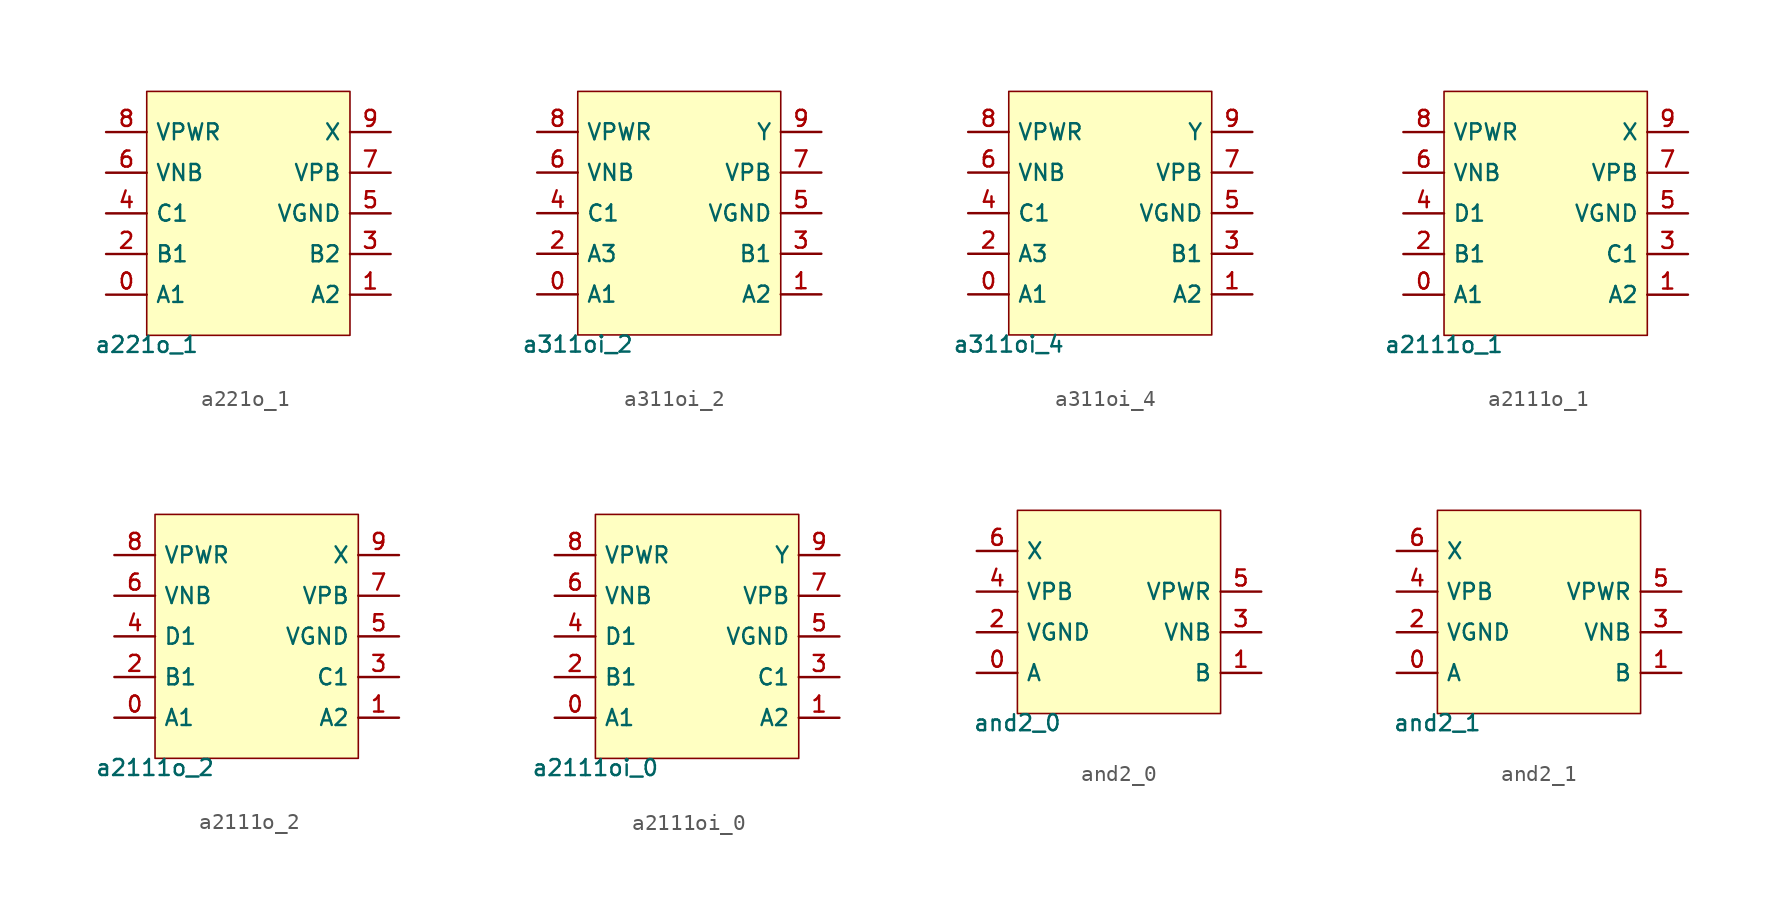
<source format=kicad_sym>
(kicad_symbol_lib
  (version 20211014)
  (generator pdk2kicad)
  (symbol "a221o_1"
    (property "Reference" "X"
      (at 0 0 0)
      (effects (font (size 1 1)) hide))
    (property "Value" "a221o_1"
      (at -6.35 -7.62 0)
      (effects (font (size 1 1)) (justify top)))
    (rectangle
      (start -6.35 -7.62)
      (end 6.35 7.62)
      (stroke (width 0.1) (type solid) (color 0 0 0 0))
      (fill (type background)))
    (pin bidirectional line
      (at -8.89 -5.08 0)
      (length 2.54)
      (name "A1" (effects (font (size 1 1)) hide))
      (number "0" (effects (font (size 1 1)) hide)))
    (pin bidirectional line
      (at 8.89 -5.08 180)
      (length 2.54)
      (name "A2" (effects (font (size 1 1)) hide))
      (number "1" (effects (font (size 1 1)) hide)))
    (pin bidirectional line
      (at -8.89 -2.54 0)
      (length 2.54)
      (name "B1" (effects (font (size 1 1)) hide))
      (number "2" (effects (font (size 1 1)) hide)))
    (pin bidirectional line
      (at 8.89 -2.54 180)
      (length 2.54)
      (name "B2" (effects (font (size 1 1)) hide))
      (number "3" (effects (font (size 1 1)) hide)))
    (pin bidirectional line
      (at -8.89 8.881784197001252e-16 0)
      (length 2.54)
      (name "C1" (effects (font (size 1 1)) hide))
      (number "4" (effects (font (size 1 1)) hide)))
    (pin bidirectional line
      (at 8.89 8.881784197001252e-16 180)
      (length 2.54)
      (name "VGND" (effects (font (size 1 1)) hide))
      (number "5" (effects (font (size 1 1)) hide)))
    (pin bidirectional line
      (at -8.89 2.54 0)
      (length 2.54)
      (name "VNB" (effects (font (size 1 1)) hide))
      (number "6" (effects (font (size 1 1)) hide)))
    (pin bidirectional line
      (at 8.89 2.54 180)
      (length 2.54)
      (name "VPB" (effects (font (size 1 1)) hide))
      (number "7" (effects (font (size 1 1)) hide)))
    (pin bidirectional line
      (at -8.89 5.08 0)
      (length 2.54)
      (name "VPWR" (effects (font (size 1 1)) hide))
      (number "8" (effects (font (size 1 1)) hide)))
    (pin bidirectional line
      (at 8.89 5.08 180)
      (length 2.54)
      (name "X" (effects (font (size 1 1)) hide))
      (number "9" (effects (font (size 1 1)) hide))))
  (symbol "a311oi_2"
    (property "Reference" "X"
      (at 0 0 0)
      (effects (font (size 1 1)) hide))
    (property "Value" "a311oi_2"
      (at -6.35 -7.62 0)
      (effects (font (size 1 1)) (justify top)))
    (rectangle
      (start -6.35 -7.62)
      (end 6.35 7.62)
      (stroke (width 0.1) (type solid) (color 0 0 0 0))
      (fill (type background)))
    (pin bidirectional line
      (at -8.89 -5.08 0)
      (length 2.54)
      (name "A1" (effects (font (size 1 1)) hide))
      (number "0" (effects (font (size 1 1)) hide)))
    (pin bidirectional line
      (at 8.89 -5.08 180)
      (length 2.54)
      (name "A2" (effects (font (size 1 1)) hide))
      (number "1" (effects (font (size 1 1)) hide)))
    (pin bidirectional line
      (at -8.89 -2.54 0)
      (length 2.54)
      (name "A3" (effects (font (size 1 1)) hide))
      (number "2" (effects (font (size 1 1)) hide)))
    (pin bidirectional line
      (at 8.89 -2.54 180)
      (length 2.54)
      (name "B1" (effects (font (size 1 1)) hide))
      (number "3" (effects (font (size 1 1)) hide)))
    (pin bidirectional line
      (at -8.89 8.881784197001252e-16 0)
      (length 2.54)
      (name "C1" (effects (font (size 1 1)) hide))
      (number "4" (effects (font (size 1 1)) hide)))
    (pin bidirectional line
      (at 8.89 8.881784197001252e-16 180)
      (length 2.54)
      (name "VGND" (effects (font (size 1 1)) hide))
      (number "5" (effects (font (size 1 1)) hide)))
    (pin bidirectional line
      (at -8.89 2.54 0)
      (length 2.54)
      (name "VNB" (effects (font (size 1 1)) hide))
      (number "6" (effects (font (size 1 1)) hide)))
    (pin bidirectional line
      (at 8.89 2.54 180)
      (length 2.54)
      (name "VPB" (effects (font (size 1 1)) hide))
      (number "7" (effects (font (size 1 1)) hide)))
    (pin bidirectional line
      (at -8.89 5.08 0)
      (length 2.54)
      (name "VPWR" (effects (font (size 1 1)) hide))
      (number "8" (effects (font (size 1 1)) hide)))
    (pin bidirectional line
      (at 8.89 5.08 180)
      (length 2.54)
      (name "Y" (effects (font (size 1 1)) hide))
      (number "9" (effects (font (size 1 1)) hide))))
  (symbol "a311oi_4"
    (property "Reference" "X"
      (at 0 0 0)
      (effects (font (size 1 1)) hide))
    (property "Value" "a311oi_4"
      (at -6.35 -7.62 0)
      (effects (font (size 1 1)) (justify top)))
    (rectangle
      (start -6.35 -7.62)
      (end 6.35 7.62)
      (stroke (width 0.1) (type solid) (color 0 0 0 0))
      (fill (type background)))
    (pin bidirectional line
      (at -8.89 -5.08 0)
      (length 2.54)
      (name "A1" (effects (font (size 1 1)) hide))
      (number "0" (effects (font (size 1 1)) hide)))
    (pin bidirectional line
      (at 8.89 -5.08 180)
      (length 2.54)
      (name "A2" (effects (font (size 1 1)) hide))
      (number "1" (effects (font (size 1 1)) hide)))
    (pin bidirectional line
      (at -8.89 -2.54 0)
      (length 2.54)
      (name "A3" (effects (font (size 1 1)) hide))
      (number "2" (effects (font (size 1 1)) hide)))
    (pin bidirectional line
      (at 8.89 -2.54 180)
      (length 2.54)
      (name "B1" (effects (font (size 1 1)) hide))
      (number "3" (effects (font (size 1 1)) hide)))
    (pin bidirectional line
      (at -8.89 8.881784197001252e-16 0)
      (length 2.54)
      (name "C1" (effects (font (size 1 1)) hide))
      (number "4" (effects (font (size 1 1)) hide)))
    (pin bidirectional line
      (at 8.89 8.881784197001252e-16 180)
      (length 2.54)
      (name "VGND" (effects (font (size 1 1)) hide))
      (number "5" (effects (font (size 1 1)) hide)))
    (pin bidirectional line
      (at -8.89 2.54 0)
      (length 2.54)
      (name "VNB" (effects (font (size 1 1)) hide))
      (number "6" (effects (font (size 1 1)) hide)))
    (pin bidirectional line
      (at 8.89 2.54 180)
      (length 2.54)
      (name "VPB" (effects (font (size 1 1)) hide))
      (number "7" (effects (font (size 1 1)) hide)))
    (pin bidirectional line
      (at -8.89 5.08 0)
      (length 2.54)
      (name "VPWR" (effects (font (size 1 1)) hide))
      (number "8" (effects (font (size 1 1)) hide)))
    (pin bidirectional line
      (at 8.89 5.08 180)
      (length 2.54)
      (name "Y" (effects (font (size 1 1)) hide))
      (number "9" (effects (font (size 1 1)) hide))))
  (symbol "a2111o_1"
    (property "Reference" "X"
      (at 0 0 0)
      (effects (font (size 1 1)) hide))
    (property "Value" "a2111o_1"
      (at -6.35 -7.62 0)
      (effects (font (size 1 1)) (justify top)))
    (rectangle
      (start -6.35 -7.62)
      (end 6.35 7.62)
      (stroke (width 0.1) (type solid) (color 0 0 0 0))
      (fill (type background)))
    (pin bidirectional line
      (at -8.89 -5.08 0)
      (length 2.54)
      (name "A1" (effects (font (size 1 1)) hide))
      (number "0" (effects (font (size 1 1)) hide)))
    (pin bidirectional line
      (at 8.89 -5.08 180)
      (length 2.54)
      (name "A2" (effects (font (size 1 1)) hide))
      (number "1" (effects (font (size 1 1)) hide)))
    (pin bidirectional line
      (at -8.89 -2.54 0)
      (length 2.54)
      (name "B1" (effects (font (size 1 1)) hide))
      (number "2" (effects (font (size 1 1)) hide)))
    (pin bidirectional line
      (at 8.89 -2.54 180)
      (length 2.54)
      (name "C1" (effects (font (size 1 1)) hide))
      (number "3" (effects (font (size 1 1)) hide)))
    (pin bidirectional line
      (at -8.89 8.881784197001252e-16 0)
      (length 2.54)
      (name "D1" (effects (font (size 1 1)) hide))
      (number "4" (effects (font (size 1 1)) hide)))
    (pin bidirectional line
      (at 8.89 8.881784197001252e-16 180)
      (length 2.54)
      (name "VGND" (effects (font (size 1 1)) hide))
      (number "5" (effects (font (size 1 1)) hide)))
    (pin bidirectional line
      (at -8.89 2.54 0)
      (length 2.54)
      (name "VNB" (effects (font (size 1 1)) hide))
      (number "6" (effects (font (size 1 1)) hide)))
    (pin bidirectional line
      (at 8.89 2.54 180)
      (length 2.54)
      (name "VPB" (effects (font (size 1 1)) hide))
      (number "7" (effects (font (size 1 1)) hide)))
    (pin bidirectional line
      (at -8.89 5.08 0)
      (length 2.54)
      (name "VPWR" (effects (font (size 1 1)) hide))
      (number "8" (effects (font (size 1 1)) hide)))
    (pin bidirectional line
      (at 8.89 5.08 180)
      (length 2.54)
      (name "X" (effects (font (size 1 1)) hide))
      (number "9" (effects (font (size 1 1)) hide))))
  (symbol "a2111o_2"
    (property "Reference" "X"
      (at 0 0 0)
      (effects (font (size 1 1)) hide))
    (property "Value" "a2111o_2"
      (at -6.35 -7.62 0)
      (effects (font (size 1 1)) (justify top)))
    (rectangle
      (start -6.35 -7.62)
      (end 6.35 7.62)
      (stroke (width 0.1) (type solid) (color 0 0 0 0))
      (fill (type background)))
    (pin bidirectional line
      (at -8.89 -5.08 0)
      (length 2.54)
      (name "A1" (effects (font (size 1 1)) hide))
      (number "0" (effects (font (size 1 1)) hide)))
    (pin bidirectional line
      (at 8.89 -5.08 180)
      (length 2.54)
      (name "A2" (effects (font (size 1 1)) hide))
      (number "1" (effects (font (size 1 1)) hide)))
    (pin bidirectional line
      (at -8.89 -2.54 0)
      (length 2.54)
      (name "B1" (effects (font (size 1 1)) hide))
      (number "2" (effects (font (size 1 1)) hide)))
    (pin bidirectional line
      (at 8.89 -2.54 180)
      (length 2.54)
      (name "C1" (effects (font (size 1 1)) hide))
      (number "3" (effects (font (size 1 1)) hide)))
    (pin bidirectional line
      (at -8.89 8.881784197001252e-16 0)
      (length 2.54)
      (name "D1" (effects (font (size 1 1)) hide))
      (number "4" (effects (font (size 1 1)) hide)))
    (pin bidirectional line
      (at 8.89 8.881784197001252e-16 180)
      (length 2.54)
      (name "VGND" (effects (font (size 1 1)) hide))
      (number "5" (effects (font (size 1 1)) hide)))
    (pin bidirectional line
      (at -8.89 2.54 0)
      (length 2.54)
      (name "VNB" (effects (font (size 1 1)) hide))
      (number "6" (effects (font (size 1 1)) hide)))
    (pin bidirectional line
      (at 8.89 2.54 180)
      (length 2.54)
      (name "VPB" (effects (font (size 1 1)) hide))
      (number "7" (effects (font (size 1 1)) hide)))
    (pin bidirectional line
      (at -8.89 5.08 0)
      (length 2.54)
      (name "VPWR" (effects (font (size 1 1)) hide))
      (number "8" (effects (font (size 1 1)) hide)))
    (pin bidirectional line
      (at 8.89 5.08 180)
      (length 2.54)
      (name "X" (effects (font (size 1 1)) hide))
      (number "9" (effects (font (size 1 1)) hide))))
  (symbol "a2111oi_0"
    (property "Reference" "X"
      (at 0 0 0)
      (effects (font (size 1 1)) hide))
    (property "Value" "a2111oi_0"
      (at -6.35 -7.62 0)
      (effects (font (size 1 1)) (justify top)))
    (rectangle
      (start -6.35 -7.62)
      (end 6.35 7.62)
      (stroke (width 0.1) (type solid) (color 0 0 0 0))
      (fill (type background)))
    (pin bidirectional line
      (at -8.89 -5.08 0)
      (length 2.54)
      (name "A1" (effects (font (size 1 1)) hide))
      (number "0" (effects (font (size 1 1)) hide)))
    (pin bidirectional line
      (at 8.89 -5.08 180)
      (length 2.54)
      (name "A2" (effects (font (size 1 1)) hide))
      (number "1" (effects (font (size 1 1)) hide)))
    (pin bidirectional line
      (at -8.89 -2.54 0)
      (length 2.54)
      (name "B1" (effects (font (size 1 1)) hide))
      (number "2" (effects (font (size 1 1)) hide)))
    (pin bidirectional line
      (at 8.89 -2.54 180)
      (length 2.54)
      (name "C1" (effects (font (size 1 1)) hide))
      (number "3" (effects (font (size 1 1)) hide)))
    (pin bidirectional line
      (at -8.89 8.881784197001252e-16 0)
      (length 2.54)
      (name "D1" (effects (font (size 1 1)) hide))
      (number "4" (effects (font (size 1 1)) hide)))
    (pin bidirectional line
      (at 8.89 8.881784197001252e-16 180)
      (length 2.54)
      (name "VGND" (effects (font (size 1 1)) hide))
      (number "5" (effects (font (size 1 1)) hide)))
    (pin bidirectional line
      (at -8.89 2.54 0)
      (length 2.54)
      (name "VNB" (effects (font (size 1 1)) hide))
      (number "6" (effects (font (size 1 1)) hide)))
    (pin bidirectional line
      (at 8.89 2.54 180)
      (length 2.54)
      (name "VPB" (effects (font (size 1 1)) hide))
      (number "7" (effects (font (size 1 1)) hide)))
    (pin bidirectional line
      (at -8.89 5.08 0)
      (length 2.54)
      (name "VPWR" (effects (font (size 1 1)) hide))
      (number "8" (effects (font (size 1 1)) hide)))
    (pin bidirectional line
      (at 8.89 5.08 180)
      (length 2.54)
      (name "Y" (effects (font (size 1 1)) hide))
      (number "9" (effects (font (size 1 1)) hide))))
  (symbol "and2_0"
    (property "Reference" "X"
      (at 0 0 0)
      (effects (font (size 1 1)) hide))
    (property "Value" "and2_0"
      (at -6.35 -6.35 0)
      (effects (font (size 1 1)) (justify top)))
    (rectangle
      (start -6.35 -6.35)
      (end 6.35 6.35)
      (stroke (width 0.1) (type solid) (color 0 0 0 0))
      (fill (type background)))
    (pin bidirectional line
      (at -8.89 -3.81 0)
      (length 2.54)
      (name "A" (effects (font (size 1 1)) hide))
      (number "0" (effects (font (size 1 1)) hide)))
    (pin bidirectional line
      (at 8.89 -3.81 180)
      (length 2.54)
      (name "B" (effects (font (size 1 1)) hide))
      (number "1" (effects (font (size 1 1)) hide)))
    (pin bidirectional line
      (at -8.89 -1.27 0)
      (length 2.54)
      (name "VGND" (effects (font (size 1 1)) hide))
      (number "2" (effects (font (size 1 1)) hide)))
    (pin bidirectional line
      (at 8.89 -1.27 180)
      (length 2.54)
      (name "VNB" (effects (font (size 1 1)) hide))
      (number "3" (effects (font (size 1 1)) hide)))
    (pin bidirectional line
      (at -8.89 1.27 0)
      (length 2.54)
      (name "VPB" (effects (font (size 1 1)) hide))
      (number "4" (effects (font (size 1 1)) hide)))
    (pin bidirectional line
      (at 8.89 1.27 180)
      (length 2.54)
      (name "VPWR" (effects (font (size 1 1)) hide))
      (number "5" (effects (font (size 1 1)) hide)))
    (pin bidirectional line
      (at -8.89 3.81 0)
      (length 2.54)
      (name "X" (effects (font (size 1 1)) hide))
      (number "6" (effects (font (size 1 1)) hide))))
  (symbol "and2_1"
    (property "Reference" "X"
      (at 0 0 0)
      (effects (font (size 1 1)) hide))
    (property "Value" "and2_1"
      (at -6.35 -6.35 0)
      (effects (font (size 1 1)) (justify top)))
    (rectangle
      (start -6.35 -6.35)
      (end 6.35 6.35)
      (stroke (width 0.1) (type solid) (color 0 0 0 0))
      (fill (type background)))
    (pin bidirectional line
      (at -8.89 -3.81 0)
      (length 2.54)
      (name "A" (effects (font (size 1 1)) hide))
      (number "0" (effects (font (size 1 1)) hide)))
    (pin bidirectional line
      (at 8.89 -3.81 180)
      (length 2.54)
      (name "B" (effects (font (size 1 1)) hide))
      (number "1" (effects (font (size 1 1)) hide)))
    (pin bidirectional line
      (at -8.89 -1.27 0)
      (length 2.54)
      (name "VGND" (effects (font (size 1 1)) hide))
      (number "2" (effects (font (size 1 1)) hide)))
    (pin bidirectional line
      (at 8.89 -1.27 180)
      (length 2.54)
      (name "VNB" (effects (font (size 1 1)) hide))
      (number "3" (effects (font (size 1 1)) hide)))
    (pin bidirectional line
      (at -8.89 1.27 0)
      (length 2.54)
      (name "VPB" (effects (font (size 1 1)) hide))
      (number "4" (effects (font (size 1 1)) hide)))
    (pin bidirectional line
      (at 8.89 1.27 180)
      (length 2.54)
      (name "VPWR" (effects (font (size 1 1)) hide))
      (number "5" (effects (font (size 1 1)) hide)))
    (pin bidirectional line
      (at -8.89 3.81 0)
      (length 2.54)
      (name "X" (effects (font (size 1 1)) hide))
      (number "6" (effects (font (size 1 1)) hide)))))
</source>
